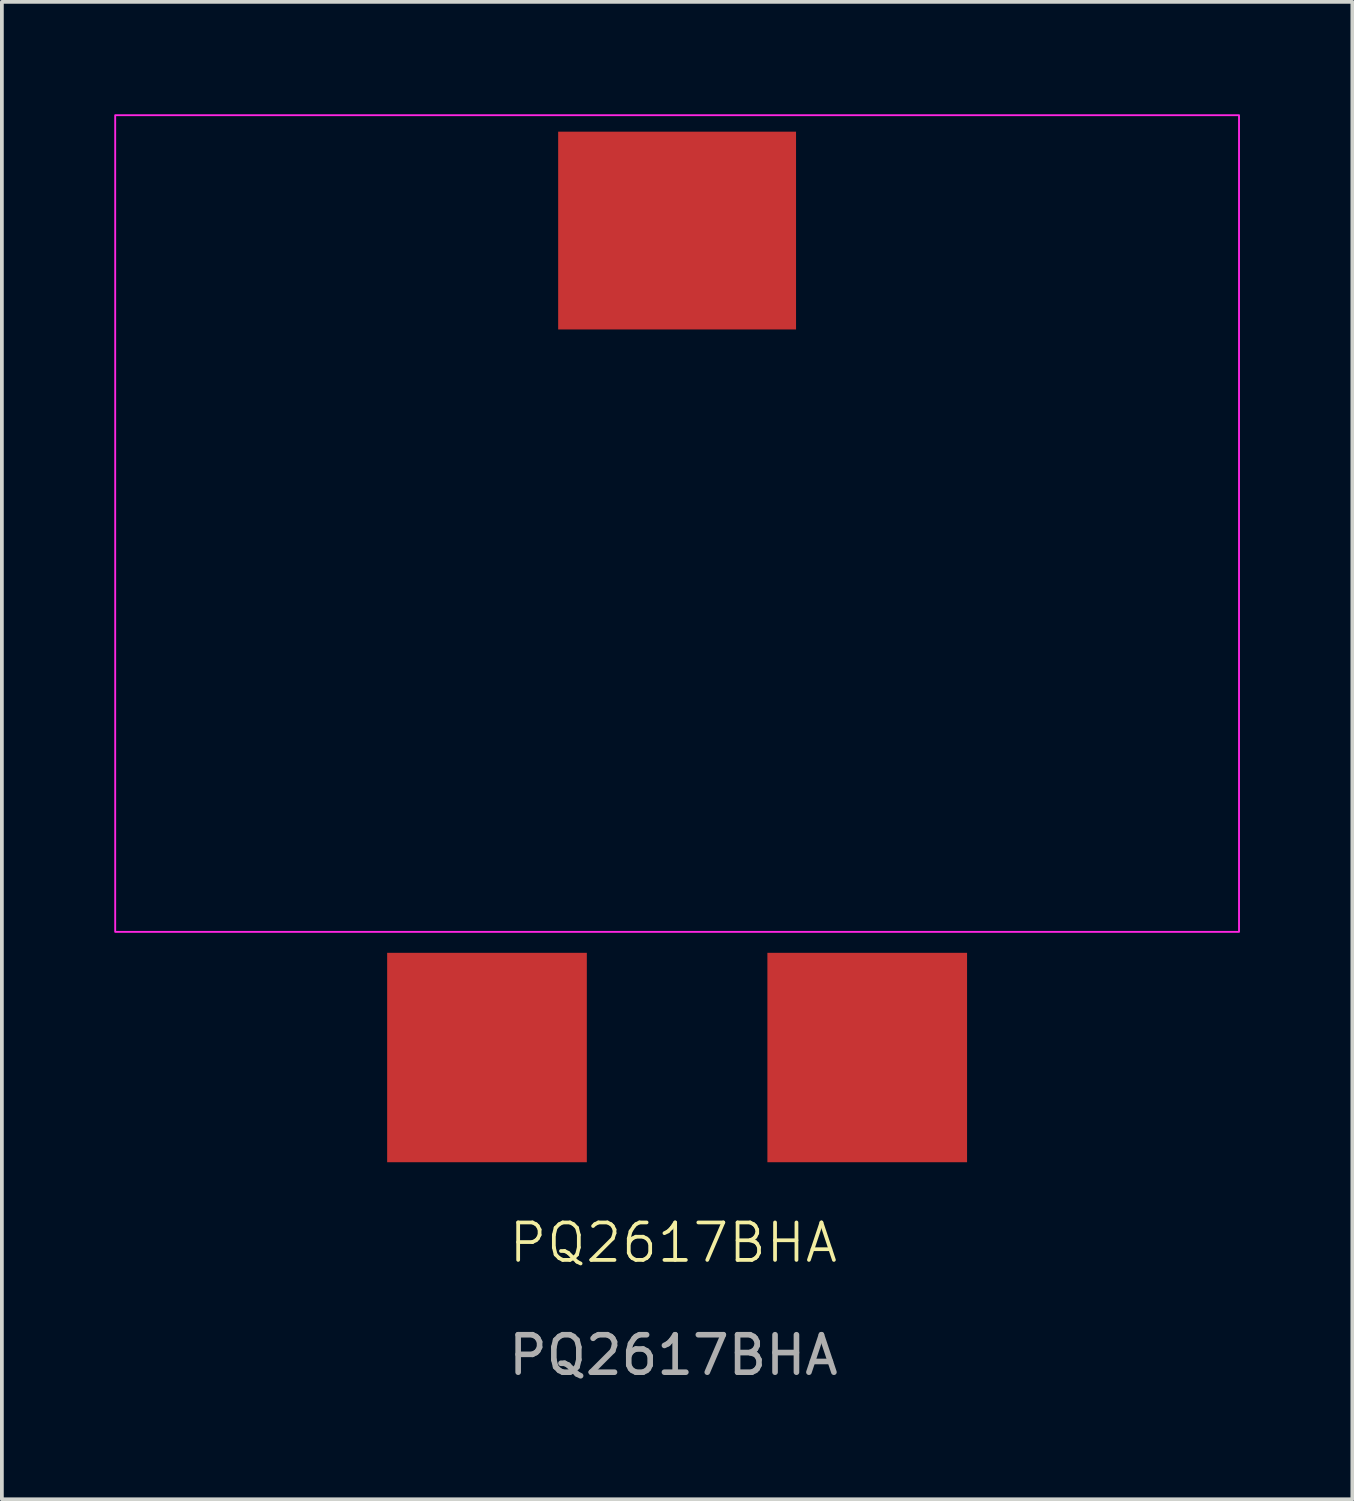
<source format=kicad_pcb>
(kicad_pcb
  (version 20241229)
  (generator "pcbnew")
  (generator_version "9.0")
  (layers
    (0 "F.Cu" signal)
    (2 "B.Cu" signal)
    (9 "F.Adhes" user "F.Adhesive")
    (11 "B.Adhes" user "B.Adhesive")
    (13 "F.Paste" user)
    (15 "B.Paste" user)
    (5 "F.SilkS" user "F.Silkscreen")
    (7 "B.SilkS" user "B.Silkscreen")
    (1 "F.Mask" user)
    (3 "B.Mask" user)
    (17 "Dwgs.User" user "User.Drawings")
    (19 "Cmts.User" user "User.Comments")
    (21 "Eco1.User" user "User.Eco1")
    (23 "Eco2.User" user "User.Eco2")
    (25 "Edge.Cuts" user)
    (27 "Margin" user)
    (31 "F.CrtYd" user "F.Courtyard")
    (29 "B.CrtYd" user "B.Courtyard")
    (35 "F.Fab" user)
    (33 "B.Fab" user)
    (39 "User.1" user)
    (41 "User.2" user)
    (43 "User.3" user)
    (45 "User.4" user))
  (footprint "PQ2617BHA"
    (layer "F.Cu")
    (at 15.025 10.825)
    (property "Reference" "PQ2617BHA" (at -0.1 19.3 0) (unlocked yes) (layer "F.SilkS") (effects (font (size 1 1) (thickness 0.1))))
    (attr smd)
    (fp_rect (start -15 -10.8) (end 15 11) (stroke (width 0.05) (type default)) (fill no) (layer "F.CrtYd"))
    (fp_text user "${REFERENCE}" (at -0.1 22.3 0) (unlocked yes) (layer "F.Fab") (effects (font (size 1 1) (thickness 0.15))))
    (pad "1" smd rect (at 5.075 14.355) (size 5.33 5.59) (layers "F.Cu" "F.Mask" "F.Paste"))
    (pad "2" smd rect (at -5.075 14.355) (size 5.33 5.59) (layers "F.Cu" "F.Mask" "F.Paste"))
    (pad "3" smd rect (at 0 -7.72) (size 6.35 5.28) (layers "F.Cu" "F.Mask" "F.Paste")))
  (gr_rect
    (start -3 -3)
    (end 33.05 36.973)
    (stroke (width 0.1) (type default))
    (fill no)
    (layer "Edge.Cuts")))
</source>
